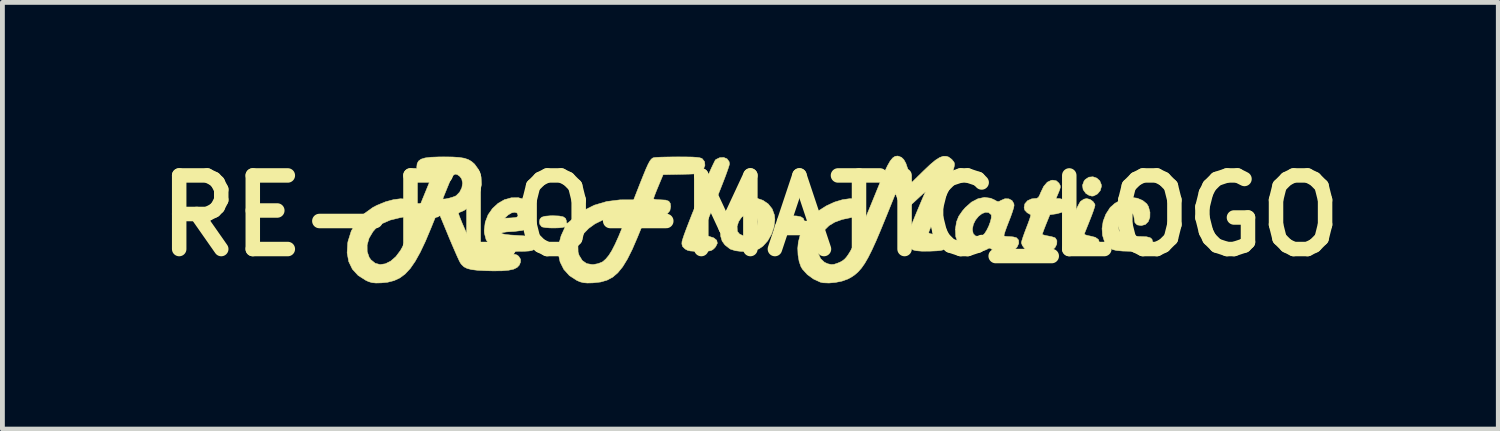
<source format=kicad_pcb>
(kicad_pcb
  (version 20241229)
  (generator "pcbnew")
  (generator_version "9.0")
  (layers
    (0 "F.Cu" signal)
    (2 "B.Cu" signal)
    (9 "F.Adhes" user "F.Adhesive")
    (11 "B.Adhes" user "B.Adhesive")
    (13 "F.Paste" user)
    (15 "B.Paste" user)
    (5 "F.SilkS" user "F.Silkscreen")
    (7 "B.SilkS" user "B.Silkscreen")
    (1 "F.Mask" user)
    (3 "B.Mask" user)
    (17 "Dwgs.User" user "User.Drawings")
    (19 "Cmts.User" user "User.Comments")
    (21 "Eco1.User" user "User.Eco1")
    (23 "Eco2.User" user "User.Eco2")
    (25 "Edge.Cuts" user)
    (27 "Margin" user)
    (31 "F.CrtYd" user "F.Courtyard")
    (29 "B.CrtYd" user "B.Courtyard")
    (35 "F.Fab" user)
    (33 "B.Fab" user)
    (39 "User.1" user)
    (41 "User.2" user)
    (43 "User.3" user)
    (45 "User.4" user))
  (footprint "RE-FLO-MATIC_LOGO"
    (layer "F.Cu")
    (at 12.49 1.418)
    (property "Reference" "RE-FLO-MATIC_LOGO" (at 0 0 0) (layer "F.SilkS") (effects (font (size 1.524 1.524) (thickness 0.3))))
    (attr through_hole)
    (fp_poly (pts (xy 7.173 -0.78) (xy 7.236 -0.723) (xy 7.268 -0.642) (xy 7.27 -0.607) (xy 7.246 -0.522) (xy 7.188 -0.452) (xy 7.11 -0.411) (xy 7.074 -0.406) (xy 7.013 -0.423) (xy 6.949 -0.462) (xy 6.947 -0.464) (xy 6.891 -0.542) (xy 6.878 -0.632) (xy 6.911 -0.72) (xy 6.935 -0.75) (xy 7.01 -0.799) (xy 7.094 -0.807) (xy 7.173 -0.78)) (stroke (width 0.01) (type solid)) (fill yes) (layer "F.SilkS"))
    (fp_poly (pts (xy 0.959 0.005) (xy 1.047 0.023) (xy 1.097 0.056) (xy 1.117 0.108) (xy 1.118 0.127) (xy 1.105 0.184) (xy 1.065 0.223) (xy 0.989 0.245) (xy 0.872 0.254) (xy 0.829 0.254) (xy 0.712 0.25) (xy 0.629 0.239) (xy 0.589 0.224) (xy 0.566 0.176) (xy 0.559 0.127) (xy 0.566 0.07) (xy 0.593 0.032) (xy 0.649 0.011) (xy 0.742 0.001) (xy 0.829 0) (xy 0.959 0.005)) (stroke (width 0.01) (type solid)) (fill yes) (layer "F.SilkS"))
    (fp_poly (pts (xy 7.034 -0.338) (xy 7.096 -0.294) (xy 7.134 -0.239) (xy 7.137 -0.216) (xy 7.128 -0.179) (xy 7.104 -0.105) (xy 7.068 -0.007) (xy 7.033 0.082) (xy 6.99 0.19) (xy 6.953 0.282) (xy 6.927 0.347) (xy 6.917 0.372) (xy 6.932 0.394) (xy 6.993 0.412) (xy 7.032 0.419) (xy 7.144 0.447) (xy 7.21 0.496) (xy 7.229 0.564) (xy 7.225 0.595) (xy 7.2 0.655) (xy 7.156 0.697) (xy 7.084 0.722) (xy 6.977 0.734) (xy 6.863 0.737) (xy 6.751 0.736) (xy 6.677 0.731) (xy 6.628 0.72) (xy 6.591 0.699) (xy 6.554 0.665) (xy 6.551 0.662) (xy 6.504 0.606) (xy 6.479 0.557) (xy 6.477 0.547) (xy 6.487 0.503) (xy 6.515 0.422) (xy 6.556 0.316) (xy 6.605 0.194) (xy 6.659 0.067) (xy 6.714 -0.056) (xy 6.764 -0.164) (xy 6.806 -0.246) (xy 6.835 -0.294) (xy 6.838 -0.298) (xy 6.906 -0.343) (xy 6.964 -0.356) (xy 7.034 -0.338)) (stroke (width 0.01) (type solid)) (fill yes) (layer "F.SilkS"))
    (fp_poly (pts (xy -0.484 -1.179) (xy -0.441 -1.122) (xy -0.433 -1.073) (xy -0.443 -1.032) (xy -0.47 -0.951) (xy -0.511 -0.836) (xy -0.565 -0.695) (xy -0.629 -0.532) (xy -0.7 -0.355) (xy -0.721 -0.305) (xy -1.008 0.394) (xy -0.869 0.423) (xy -0.76 0.458) (xy -0.698 0.507) (xy -0.684 0.569) (xy -0.719 0.641) (xy -0.748 0.674) (xy -0.782 0.704) (xy -0.819 0.722) (xy -0.872 0.732) (xy -0.954 0.736) (xy -1.05 0.737) (xy -1.167 0.735) (xy -1.246 0.729) (xy -1.3 0.716) (xy -1.342 0.694) (xy -1.358 0.682) (xy -1.406 0.634) (xy -1.419 0.582) (xy -1.416 0.536) (xy -1.402 0.486) (xy -1.373 0.398) (xy -1.329 0.279) (xy -1.274 0.136) (xy -1.211 -0.025) (xy -1.142 -0.197) (xy -1.07 -0.373) (xy -0.998 -0.546) (xy -0.928 -0.711) (xy -0.864 -0.86) (xy -0.808 -0.986) (xy -0.762 -1.083) (xy -0.731 -1.145) (xy -0.717 -1.163) (xy -0.634 -1.203) (xy -0.552 -1.207) (xy -0.484 -1.179)) (stroke (width 0.01) (type solid)) (fill yes) (layer "F.SilkS"))
    (fp_poly (pts (xy 0.136 -0.362) (xy 0.262 -0.318) (xy 0.37 -0.244) (xy 0.451 -0.142) (xy 0.498 -0.014) (xy 0.507 0.078) (xy 0.489 0.231) (xy 0.437 0.382) (xy 0.359 0.519) (xy 0.261 0.628) (xy 0.179 0.685) (xy 0.076 0.72) (xy -0.05 0.738) (xy -0.185 0.739) (xy -0.31 0.724) (xy -0.409 0.693) (xy -0.432 0.679) (xy -0.527 0.604) (xy -0.585 0.524) (xy -0.615 0.424) (xy -0.622 0.297) (xy -0.616 0.219) (xy -0.275 0.219) (xy -0.271 0.317) (xy -0.268 0.326) (xy -0.227 0.377) (xy -0.142 0.419) (xy -0.107 0.43) (xy -0.081 0.422) (xy -0.027 0.401) (xy -0.014 0.396) (xy 0.073 0.334) (xy 0.131 0.238) (xy 0.152 0.124) (xy 0.133 0.031) (xy 0.076 -0.029) (xy -0.014 -0.051) (xy -0.019 -0.051) (xy -0.107 -0.028) (xy -0.185 0.034) (xy -0.243 0.12) (xy -0.275 0.219) (xy -0.616 0.219) (xy -0.61 0.138) (xy -0.568 0.007) (xy -0.49 -0.112) (xy -0.413 -0.195) (xy -0.284 -0.293) (xy -0.145 -0.352) (xy -0.002 -0.374) (xy 0.136 -0.362)) (stroke (width 0.01) (type solid)) (fill yes) (layer "F.SilkS"))
    (fp_poly (pts (xy 8.013 -0.363) (xy 8.124 -0.316) (xy 8.209 -0.247) (xy 8.243 -0.192) (xy 8.275 -0.074) (xy 8.273 0.033) (xy 8.24 0.121) (xy 8.179 0.181) (xy 8.094 0.203) (xy 8.093 0.203) (xy 8.01 0.189) (xy 7.964 0.143) (xy 7.95 0.062) (xy 7.938 -0.006) (xy 7.911 -0.052) (xy 7.855 -0.07) (xy 7.79 -0.049) (xy 7.726 0.002) (xy 7.67 0.074) (xy 7.632 0.159) (xy 7.62 0.234) (xy 7.635 0.307) (xy 7.681 0.361) (xy 7.764 0.398) (xy 7.887 0.421) (xy 8.055 0.43) (xy 8.091 0.431) (xy 8.206 0.436) (xy 8.278 0.454) (xy 8.317 0.487) (xy 8.331 0.542) (xy 8.331 0.558) (xy 8.322 0.623) (xy 8.294 0.672) (xy 8.24 0.704) (xy 8.153 0.724) (xy 8.027 0.734) (xy 7.882 0.736) (xy 7.708 0.731) (xy 7.581 0.719) (xy 7.502 0.7) (xy 7.501 0.699) (xy 7.401 0.63) (xy 7.331 0.528) (xy 7.292 0.403) (xy 7.283 0.262) (xy 7.306 0.114) (xy 7.362 -0.032) (xy 7.449 -0.167) (xy 7.456 -0.175) (xy 7.549 -0.257) (xy 7.668 -0.324) (xy 7.795 -0.368) (xy 7.887 -0.38) (xy 8.013 -0.363)) (stroke (width 0.01) (type solid)) (fill yes) (layer "F.SilkS"))
    (fp_poly (pts (xy -4.656 -0.328) (xy -4.656 -0.328) (xy -4.55 -0.253) (xy -4.486 -0.15) (xy -4.464 -0.019) (xy -4.464 -0.005) (xy -4.48 0.113) (xy -4.527 0.202) (xy -4.609 0.265) (xy -4.73 0.305) (xy -4.894 0.325) (xy -4.92 0.326) (xy -5.047 0.334) (xy -5.125 0.346) (xy -5.155 0.359) (xy -5.138 0.373) (xy -5.076 0.387) (xy -4.969 0.399) (xy -4.824 0.408) (xy -4.697 0.416) (xy -4.585 0.427) (xy -4.499 0.44) (xy -4.452 0.453) (xy -4.451 0.453) (xy -4.404 0.504) (xy -4.394 0.572) (xy -4.422 0.642) (xy -4.461 0.684) (xy -4.494 0.706) (xy -4.532 0.721) (xy -4.587 0.73) (xy -4.668 0.735) (xy -4.785 0.736) (xy -4.861 0.737) (xy -5.004 0.736) (xy -5.108 0.731) (xy -5.183 0.723) (xy -5.241 0.709) (xy -5.293 0.688) (xy -5.301 0.684) (xy -5.402 0.607) (xy -5.473 0.495) (xy -5.509 0.358) (xy -5.512 0.301) (xy -5.491 0.134) (xy -5.459 0.051) (xy -5.093 0.051) (xy -4.953 0.045) (xy -4.872 0.038) (xy -4.83 0.026) (xy -4.815 0.003) (xy -4.813 -0.013) (xy -4.832 -0.057) (xy -4.881 -0.073) (xy -4.945 -0.06) (xy -5.014 -0.019) (xy -5.02 -0.014) (xy -5.093 0.051) (xy -5.459 0.051) (xy -5.432 -0.019) (xy -5.341 -0.15) (xy -5.226 -0.256) (xy -5.094 -0.332) (xy -4.95 -0.372) (xy -4.802 -0.373) (xy -4.656 -0.328)) (stroke (width 0.01) (type solid)) (fill yes) (layer "F.SilkS"))
    (fp_poly (pts (xy 6.337 -0.723) (xy 6.389 -0.676) (xy 6.392 -0.671) (xy 6.415 -0.63) (xy 6.42 -0.592) (xy 6.406 -0.54) (xy 6.382 -0.481) (xy 6.329 -0.356) (xy 6.401 -0.356) (xy 6.484 -0.336) (xy 6.536 -0.284) (xy 6.552 -0.214) (xy 6.527 -0.138) (xy 6.504 -0.109) (xy 6.437 -0.067) (xy 6.337 -0.04) (xy 6.328 -0.039) (xy 6.202 -0.021) (xy 6.123 0.174) (xy 6.087 0.265) (xy 6.06 0.338) (xy 6.046 0.38) (xy 6.045 0.384) (xy 6.068 0.397) (xy 6.126 0.412) (xy 6.166 0.419) (xy 6.244 0.435) (xy 6.303 0.454) (xy 6.318 0.463) (xy 6.348 0.517) (xy 6.345 0.587) (xy 6.311 0.656) (xy 6.283 0.684) (xy 6.243 0.709) (xy 6.194 0.725) (xy 6.124 0.734) (xy 6.02 0.736) (xy 5.977 0.737) (xy 5.863 0.736) (xy 5.788 0.731) (xy 5.739 0.719) (xy 5.703 0.699) (xy 5.676 0.674) (xy 5.633 0.617) (xy 5.613 0.563) (xy 5.613 0.56) (xy 5.622 0.517) (xy 5.647 0.438) (xy 5.683 0.337) (xy 5.716 0.251) (xy 5.756 0.146) (xy 5.787 0.059) (xy 5.804 0.000234) (xy 5.805 -0.02) (xy 5.774 -0.04) (xy 5.734 -0.062) (xy 5.684 -0.114) (xy 5.669 -0.169) (xy 5.684 -0.247) (xy 5.739 -0.311) (xy 5.822 -0.349) (xy 5.881 -0.356) (xy 5.933 -0.36) (xy 5.967 -0.383) (xy 5.995 -0.436) (xy 6.01 -0.474) (xy 6.075 -0.609) (xy 6.149 -0.695) (xy 6.232 -0.734) (xy 6.263 -0.737) (xy 6.337 -0.723)) (stroke (width 0.01) (type solid)) (fill yes) (layer "F.SilkS"))
    (fp_poly (pts (xy 4.976 -0.363) (xy 5.05 -0.33) (xy 5.108 -0.298) (xy 5.146 -0.294) (xy 5.187 -0.316) (xy 5.189 -0.317) (xy 5.271 -0.352) (xy 5.352 -0.35) (xy 5.418 -0.315) (xy 5.456 -0.251) (xy 5.461 -0.214) (xy 5.452 -0.166) (xy 5.427 -0.084) (xy 5.39 0.021) (xy 5.349 0.126) (xy 5.307 0.235) (xy 5.274 0.327) (xy 5.255 0.391) (xy 5.252 0.418) (xy 5.284 0.427) (xy 5.347 0.432) (xy 5.365 0.432) (xy 5.443 0.438) (xy 5.507 0.455) (xy 5.513 0.458) (xy 5.554 0.505) (xy 5.558 0.571) (xy 5.526 0.643) (xy 5.5 0.674) (xy 5.462 0.706) (xy 5.419 0.725) (xy 5.357 0.734) (xy 5.26 0.737) (xy 5.242 0.737) (xy 5.126 0.733) (xy 5.05 0.721) (xy 5.004 0.699) (xy 5.001 0.696) (xy 4.964 0.67) (xy 4.929 0.676) (xy 4.898 0.696) (xy 4.834 0.722) (xy 4.731 0.735) (xy 4.656 0.737) (xy 4.557 0.735) (xy 4.491 0.726) (xy 4.443 0.705) (xy 4.393 0.667) (xy 4.384 0.659) (xy 4.299 0.558) (xy 4.254 0.436) (xy 4.246 0.288) (xy 4.597 0.288) (xy 4.615 0.373) (xy 4.664 0.42) (xy 4.743 0.426) (xy 4.807 0.409) (xy 4.848 0.373) (xy 4.893 0.304) (xy 4.936 0.217) (xy 4.97 0.125) (xy 4.99 0.043) (xy 4.99 -0.014) (xy 4.986 -0.023) (xy 4.934 -0.067) (xy 4.869 -0.072) (xy 4.796 -0.044) (xy 4.725 0.011) (xy 4.663 0.087) (xy 4.618 0.176) (xy 4.598 0.273) (xy 4.597 0.288) (xy 4.246 0.288) (xy 4.246 0.285) (xy 4.249 0.254) (xy 4.27 0.124) (xy 4.315 0.011) (xy 4.392 -0.1) (xy 4.454 -0.172) (xy 4.579 -0.282) (xy 4.713 -0.352) (xy 4.848 -0.38) (xy 4.976 -0.363)) (stroke (width 0.01) (type solid)) (fill yes) (layer "F.SilkS"))
    (fp_poly (pts (xy -1.329 -1.218) (xy -1.204 -1.216) (xy -1.115 -1.21) (xy -1.054 -1.202) (xy -1.014 -1.19) (xy -0.996 -1.18) (xy -0.949 -1.119) (xy -0.941 -1.043) (xy -0.974 -0.964) (xy -1.006 -0.927) (xy -1.035 -0.902) (xy -1.067 -0.885) (xy -1.11 -0.874) (xy -1.175 -0.866) (xy -1.271 -0.862) (xy -1.406 -0.859) (xy -1.44 -0.858) (xy -1.807 -0.851) (xy -1.907 -0.612) (xy -1.949 -0.51) (xy -1.982 -0.425) (xy -2.002 -0.368) (xy -2.007 -0.352) (xy -1.984 -0.34) (xy -1.924 -0.332) (xy -1.859 -0.33) (xy -1.754 -0.324) (xy -1.69 -0.301) (xy -1.659 -0.256) (xy -1.651 -0.19) (xy -1.667 -0.106) (xy -1.718 -0.045) (xy -1.809 -0.004) (xy -1.944 0.019) (xy -1.973 0.022) (xy -2.171 0.038) (xy -2.339 0.447) (xy -2.446 0.695) (xy -2.547 0.897) (xy -2.645 1.057) (xy -2.746 1.181) (xy -2.852 1.272) (xy -2.969 1.334) (xy -3.1 1.372) (xy -3.25 1.389) (xy -3.264 1.39) (xy -3.376 1.393) (xy -3.457 1.386) (xy -3.527 1.368) (xy -3.594 1.339) (xy -3.748 1.239) (xy -3.864 1.11) (xy -3.941 0.956) (xy -3.978 0.785) (xy -3.972 0.624) (xy -3.571 0.624) (xy -3.568 0.753) (xy -3.548 0.819) (xy -3.481 0.928) (xy -3.39 0.991) (xy -3.274 1.011) (xy -3.243 1.009) (xy -3.154 0.992) (xy -3.074 0.961) (xy -3.052 0.948) (xy -2.991 0.893) (xy -2.93 0.819) (xy -2.868 0.72) (xy -2.802 0.591) (xy -2.727 0.425) (xy -2.642 0.217) (xy -2.619 0.159) (xy -2.566 0.025) (xy -2.715 0.025) (xy -2.894 0.043) (xy -3.063 0.091) (xy -3.217 0.166) (xy -3.35 0.262) (xy -3.457 0.373) (xy -3.533 0.496) (xy -3.571 0.624) (xy -3.972 0.624) (xy -3.971 0.603) (xy -3.92 0.416) (xy -3.889 0.348) (xy -3.857 0.278) (xy -3.841 0.234) (xy -3.844 0.227) (xy -3.844 0.227) (xy -3.883 0.241) (xy -3.958 0.25) (xy -4.052 0.253) (xy -4.152 0.252) (xy -4.241 0.245) (xy -4.305 0.233) (xy -4.32 0.228) (xy -4.36 0.179) (xy -4.369 0.127) (xy -4.358 0.069) (xy -4.323 0.031) (xy -4.254 0.01) (xy -4.145 0.001) (xy -4.089 0) (xy -3.961 0.005) (xy -3.876 0.022) (xy -3.828 0.055) (xy -3.811 0.104) (xy -3.81 0.118) (xy -3.808 0.148) (xy -3.796 0.157) (xy -3.767 0.14) (xy -3.714 0.094) (xy -3.663 0.047) (xy -3.461 -0.105) (xy -3.229 -0.22) (xy -2.974 -0.295) (xy -2.7 -0.329) (xy -2.627 -0.33) (xy -2.417 -0.33) (xy -2.285 -0.667) (xy -2.216 -0.839) (xy -2.162 -0.97) (xy -2.119 -1.065) (xy -2.084 -1.13) (xy -2.053 -1.171) (xy -2.025 -1.194) (xy -2.001 -1.203) (xy -1.958 -1.208) (xy -1.872 -1.213) (xy -1.756 -1.216) (xy -1.617 -1.218) (xy -1.498 -1.219) (xy -1.329 -1.218)) (stroke (width 0.01) (type solid)) (fill yes) (layer "F.SilkS"))
    (fp_poly (pts (xy 3.068 -1.233) (xy 3.129 -1.209) (xy 3.177 -1.163) (xy 3.219 -1.088) (xy 3.258 -0.974) (xy 3.278 -0.901) (xy 3.336 -0.684) (xy 3.592 -0.935) (xy 3.725 -1.061) (xy 3.832 -1.15) (xy 3.92 -1.206) (xy 3.993 -1.232) (xy 4.059 -1.231) (xy 4.107 -1.215) (xy 4.171 -1.167) (xy 4.213 -1.115) (xy 4.223 -1.094) (xy 4.227 -1.069) (xy 4.224 -1.034) (xy 4.212 -0.984) (xy 4.189 -0.914) (xy 4.154 -0.817) (xy 4.104 -0.688) (xy 4.038 -0.522) (xy 3.981 -0.379) (xy 3.911 -0.204) (xy 3.846 -0.043) (xy 3.79 0.097) (xy 3.745 0.21) (xy 3.713 0.29) (xy 3.697 0.331) (xy 3.696 0.333) (xy 3.695 0.356) (xy 3.72 0.371) (xy 3.78 0.381) (xy 3.847 0.387) (xy 3.939 0.399) (xy 4.014 0.416) (xy 4.052 0.432) (xy 4.083 0.488) (xy 4.085 0.565) (xy 4.056 0.642) (xy 4.041 0.664) (xy 4.015 0.691) (xy 3.983 0.709) (xy 3.933 0.72) (xy 3.856 0.727) (xy 3.739 0.732) (xy 3.722 0.733) (xy 3.555 0.734) (xy 3.435 0.724) (xy 3.373 0.709) (xy 3.3 0.654) (xy 3.252 0.569) (xy 3.237 0.474) (xy 3.242 0.438) (xy 3.256 0.398) (xy 3.285 0.32) (xy 3.327 0.215) (xy 3.377 0.091) (xy 3.431 -0.041) (xy 3.486 -0.172) (xy 3.537 -0.293) (xy 3.58 -0.394) (xy 3.612 -0.466) (xy 3.626 -0.495) (xy 3.616 -0.49) (xy 3.575 -0.455) (xy 3.513 -0.398) (xy 3.459 -0.348) (xy 3.372 -0.267) (xy 3.311 -0.216) (xy 3.264 -0.19) (xy 3.223 -0.181) (xy 3.195 -0.182) (xy 3.145 -0.192) (xy 3.11 -0.218) (xy 3.08 -0.273) (xy 3.058 -0.325) (xy 3.005 -0.459) (xy 2.807 0.031) (xy 2.697 0.299) (xy 2.601 0.525) (xy 2.516 0.711) (xy 2.439 0.864) (xy 2.368 0.987) (xy 2.299 1.085) (xy 2.23 1.163) (xy 2.159 1.225) (xy 2.081 1.277) (xy 2.016 1.311) (xy 1.902 1.352) (xy 1.767 1.38) (xy 1.628 1.393) (xy 1.506 1.388) (xy 1.448 1.375) (xy 1.307 1.31) (xy 1.179 1.217) (xy 1.079 1.107) (xy 1.047 1.053) (xy 1.01 0.948) (xy 0.987 0.814) (xy 0.981 0.672) (xy 0.993 0.547) (xy 1.039 0.371) (xy 1.111 0.22) (xy 1.22 0.076) (xy 1.281 0.011) (xy 1.42 -0.108) (xy 1.576 -0.206) (xy 1.741 -0.282) (xy 1.906 -0.332) (xy 2.062 -0.354) (xy 2.2 -0.345) (xy 2.305 -0.305) (xy 2.363 -0.26) (xy 2.385 -0.206) (xy 2.388 -0.169) (xy 2.377 -0.099) (xy 2.341 -0.048) (xy 2.273 -0.009) (xy 2.164 0.021) (xy 2.094 0.035) (xy 1.9 0.077) (xy 1.748 0.132) (xy 1.63 0.203) (xy 1.536 0.295) (xy 1.473 0.39) (xy 1.414 0.526) (xy 1.393 0.661) (xy 1.407 0.784) (xy 1.454 0.888) (xy 1.533 0.963) (xy 1.6 0.994) (xy 1.671 1.01) (xy 1.732 1.007) (xy 1.807 0.982) (xy 1.823 0.975) (xy 1.868 0.956) (xy 1.909 0.932) (xy 1.948 0.902) (xy 1.987 0.86) (xy 2.027 0.805) (xy 2.072 0.732) (xy 2.122 0.638) (xy 2.179 0.52) (xy 2.245 0.373) (xy 2.321 0.195) (xy 2.411 -0.018) (xy 2.515 -0.27) (xy 2.635 -0.564) (xy 2.695 -0.711) (xy 2.772 -0.894) (xy 2.838 -1.033) (xy 2.895 -1.133) (xy 2.947 -1.197) (xy 2.997 -1.23) (xy 3.047 -1.237) (xy 3.068 -1.233)) (stroke (width 0.01) (type solid)) (fill yes) (layer "F.SilkS"))
    (fp_poly (pts (xy -6.171 -1.217) (xy -6.032 -1.208) (xy -5.925 -1.191) (xy -5.842 -1.163) (xy -5.774 -1.123) (xy -5.712 -1.069) (xy -5.625 -0.948) (xy -5.577 -0.804) (xy -5.569 -0.647) (xy -5.603 -0.489) (xy -5.635 -0.413) (xy -5.689 -0.332) (xy -5.764 -0.246) (xy -5.849 -0.168) (xy -5.929 -0.11) (xy -5.98 -0.087) (xy -6.028 -0.069) (xy -6.045 -0.053) (xy -6.035 -0.013) (xy -6.006 0.062) (xy -5.965 0.163) (xy -5.914 0.279) (xy -5.86 0.4) (xy -5.805 0.517) (xy -5.755 0.619) (xy -5.715 0.697) (xy -5.689 0.739) (xy -5.685 0.743) (xy -5.658 0.76) (xy -5.62 0.773) (xy -5.562 0.781) (xy -5.475 0.785) (xy -5.351 0.787) (xy -5.242 0.787) (xy -5.092 0.788) (xy -4.984 0.79) (xy -4.91 0.795) (xy -4.861 0.803) (xy -4.829 0.816) (xy -4.804 0.835) (xy -4.798 0.84) (xy -4.76 0.901) (xy -4.761 0.961) (xy -4.787 1.024) (xy -4.832 1.071) (xy -4.903 1.106) (xy -5.006 1.128) (xy -5.144 1.14) (xy -5.324 1.142) (xy -5.481 1.138) (xy -5.647 1.13) (xy -5.772 1.115) (xy -5.864 1.092) (xy -5.931 1.058) (xy -5.982 1.009) (xy -6.007 0.975) (xy -6.03 0.931) (xy -6.068 0.849) (xy -6.118 0.735) (xy -6.177 0.599) (xy -6.241 0.448) (xy -6.26 0.401) (xy -6.469 -0.104) (xy -6.616 0.259) (xy -6.731 0.532) (xy -6.839 0.759) (xy -6.942 0.944) (xy -7.044 1.092) (xy -7.149 1.205) (xy -7.259 1.287) (xy -7.379 1.343) (xy -7.512 1.377) (xy -7.644 1.39) (xy -7.754 1.393) (xy -7.835 1.385) (xy -7.906 1.364) (xy -7.963 1.338) (xy -8.123 1.236) (xy -8.242 1.106) (xy -8.318 0.949) (xy -8.351 0.768) (xy -8.339 0.565) (xy -8.332 0.528) (xy -8.266 0.318) (xy -8.156 0.127) (xy -8.005 -0.037) (xy -7.819 -0.171) (xy -7.735 -0.215) (xy -7.558 -0.288) (xy -7.392 -0.333) (xy -7.245 -0.352) (xy -7.12 -0.344) (xy -7.023 -0.311) (xy -6.96 -0.251) (xy -6.935 -0.166) (xy -6.935 -0.162) (xy -6.947 -0.095) (xy -6.989 -0.044) (xy -7.066 -0.005) (xy -7.186 0.027) (xy -7.252 0.039) (xy -7.46 0.09) (xy -7.628 0.163) (xy -7.759 0.263) (xy -7.816 0.328) (xy -7.897 0.464) (xy -7.937 0.605) (xy -7.936 0.741) (xy -7.894 0.863) (xy -7.858 0.913) (xy -7.77 0.984) (xy -7.669 1.011) (xy -7.56 0.995) (xy -7.449 0.94) (xy -7.342 0.847) (xy -7.246 0.719) (xy -7.21 0.655) (xy -7.186 0.604) (xy -7.146 0.513) (xy -7.093 0.388) (xy -7.029 0.238) (xy -6.959 0.069) (xy -6.884 -0.112) (xy -6.868 -0.152) (xy -6.786 -0.353) (xy -6.37 -0.353) (xy -6.355 -0.345) (xy -6.308 -0.349) (xy -6.241 -0.363) (xy -6.172 -0.383) (xy -6.114 -0.404) (xy -6.092 -0.416) (xy -6.02 -0.49) (xy -5.975 -0.581) (xy -5.96 -0.677) (xy -5.978 -0.763) (xy -6.02 -0.818) (xy -6.072 -0.854) (xy -6.114 -0.862) (xy -6.152 -0.839) (xy -6.192 -0.779) (xy -6.238 -0.677) (xy -6.263 -0.616) (xy -6.305 -0.513) (xy -6.34 -0.427) (xy -6.363 -0.37) (xy -6.37 -0.353) (xy -6.786 -0.353) (xy -6.582 -0.851) (xy -6.704 -0.864) (xy -6.815 -0.887) (xy -6.882 -0.929) (xy -6.908 -0.992) (xy -6.909 -1.008) (xy -6.901 -1.079) (xy -6.873 -1.132) (xy -6.821 -1.171) (xy -6.737 -1.197) (xy -6.617 -1.212) (xy -6.455 -1.218) (xy -6.353 -1.219) (xy -6.171 -1.217)) (stroke (width 0.01) (type solid)) (fill yes) (layer "F.SilkS")))
  (gr_rect
    (start -3 -3)
    (end 27.979 5.836)
    (stroke (width 0.1) (type default))
    (fill no)
    (layer "Edge.Cuts")))
</source>
